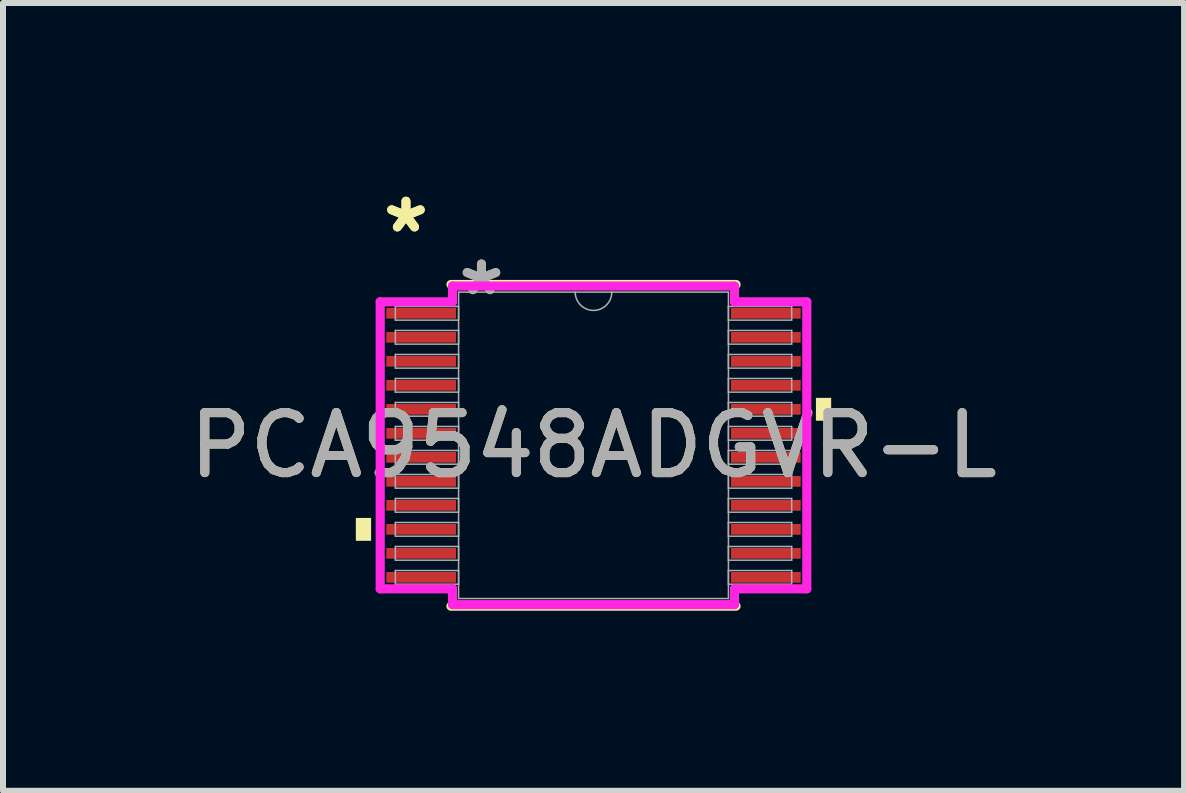
<source format=kicad_pcb>
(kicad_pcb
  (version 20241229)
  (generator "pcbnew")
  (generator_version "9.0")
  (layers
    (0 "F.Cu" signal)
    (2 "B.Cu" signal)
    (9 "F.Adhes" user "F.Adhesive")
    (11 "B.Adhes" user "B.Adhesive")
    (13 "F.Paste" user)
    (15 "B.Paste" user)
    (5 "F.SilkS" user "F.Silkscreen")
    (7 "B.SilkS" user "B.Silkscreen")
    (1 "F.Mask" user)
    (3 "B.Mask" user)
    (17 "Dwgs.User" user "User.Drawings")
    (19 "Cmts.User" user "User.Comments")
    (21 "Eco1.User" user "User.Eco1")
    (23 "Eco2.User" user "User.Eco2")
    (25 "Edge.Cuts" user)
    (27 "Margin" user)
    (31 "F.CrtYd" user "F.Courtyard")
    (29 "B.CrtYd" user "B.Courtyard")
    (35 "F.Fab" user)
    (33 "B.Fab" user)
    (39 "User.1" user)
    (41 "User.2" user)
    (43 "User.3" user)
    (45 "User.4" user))
  (footprint "PCA9548ADGVR-L"
    (layer "F.Cu")
    (at 6.839 4.37)
    (property "Reference" "PCA9548ADGVR-L" (at 0 0 0) (unlocked yes) (layer "F.SilkS") (effects (font (size 1 1) (thickness 0.15))))
    (attr smd)
    (fp_line (start -2.375 2.68) (end 2.375 2.68) (stroke (width 0.152) (type solid)) (layer "F.SilkS"))
    (fp_line (start 2.375 -2.68) (end -2.375 -2.68) (stroke (width 0.152) (type solid)) (layer "F.SilkS"))
    (fp_poly (pts (xy -3.96 1.21) (xy -3.96 1.591) (xy -3.706 1.591) (xy -3.706 1.21)) (stroke (width 0) (type solid)) (fill yes) (layer "F.SilkS"))
    (fp_poly (pts (xy 3.96 -0.791) (xy 3.96 -0.41) (xy 3.706 -0.41) (xy 3.706 -0.791)) (stroke (width 0) (type solid)) (fill yes) (layer "F.SilkS"))
    (fp_line (start -3.554 -2.391) (end -2.349 -2.391) (stroke (width 0.152) (type solid)) (layer "F.CrtYd"))
    (fp_line (start -3.554 2.391) (end -3.554 -2.391) (stroke (width 0.152) (type solid)) (layer "F.CrtYd"))
    (fp_line (start -3.554 2.391) (end -2.349 2.391) (stroke (width 0.152) (type solid)) (layer "F.CrtYd"))
    (fp_line (start -2.349 -2.654) (end 2.349 -2.654) (stroke (width 0.152) (type solid)) (layer "F.CrtYd"))
    (fp_line (start -2.349 -2.391) (end -2.349 -2.654) (stroke (width 0.152) (type solid)) (layer "F.CrtYd"))
    (fp_line (start -2.349 2.654) (end -2.349 2.391) (stroke (width 0.152) (type solid)) (layer "F.CrtYd"))
    (fp_line (start 2.349 -2.654) (end 2.349 -2.391) (stroke (width 0.152) (type solid)) (layer "F.CrtYd"))
    (fp_line (start 2.349 2.391) (end 2.349 2.654) (stroke (width 0.152) (type solid)) (layer "F.CrtYd"))
    (fp_line (start 2.349 2.654) (end -2.349 2.654) (stroke (width 0.152) (type solid)) (layer "F.CrtYd"))
    (fp_line (start 3.554 -2.391) (end 2.349 -2.391) (stroke (width 0.152) (type solid)) (layer "F.CrtYd"))
    (fp_line (start 3.554 -2.391) (end 3.554 2.391) (stroke (width 0.152) (type solid)) (layer "F.CrtYd"))
    (fp_line (start 3.554 2.391) (end 2.349 2.391) (stroke (width 0.152) (type solid)) (layer "F.CrtYd"))
    (fp_line (start -3.302 -2.314) (end -3.302 -2.086) (stroke (width 0.025) (type solid)) (layer "F.Fab"))
    (fp_line (start -3.302 -2.086) (end -2.248 -2.086) (stroke (width 0.025) (type solid)) (layer "F.Fab"))
    (fp_line (start -3.302 -1.914) (end -3.302 -1.686) (stroke (width 0.025) (type solid)) (layer "F.Fab"))
    (fp_line (start -3.302 -1.686) (end -2.248 -1.686) (stroke (width 0.025) (type solid)) (layer "F.Fab"))
    (fp_line (start -3.302 -1.514) (end -3.302 -1.286) (stroke (width 0.025) (type solid)) (layer "F.Fab"))
    (fp_line (start -3.302 -1.286) (end -2.248 -1.286) (stroke (width 0.025) (type solid)) (layer "F.Fab"))
    (fp_line (start -3.302 -1.114) (end -3.302 -0.886) (stroke (width 0.025) (type solid)) (layer "F.Fab"))
    (fp_line (start -3.302 -0.886) (end -2.248 -0.886) (stroke (width 0.025) (type solid)) (layer "F.Fab"))
    (fp_line (start -3.302 -0.714) (end -3.302 -0.486) (stroke (width 0.025) (type solid)) (layer "F.Fab"))
    (fp_line (start -3.302 -0.486) (end -2.248 -0.486) (stroke (width 0.025) (type solid)) (layer "F.Fab"))
    (fp_line (start -3.302 -0.314) (end -3.302 -0.086) (stroke (width 0.025) (type solid)) (layer "F.Fab"))
    (fp_line (start -3.302 -0.086) (end -2.248 -0.086) (stroke (width 0.025) (type solid)) (layer "F.Fab"))
    (fp_line (start -3.302 0.086) (end -3.302 0.314) (stroke (width 0.025) (type solid)) (layer "F.Fab"))
    (fp_line (start -3.302 0.314) (end -2.248 0.314) (stroke (width 0.025) (type solid)) (layer "F.Fab"))
    (fp_line (start -3.302 0.486) (end -3.302 0.714) (stroke (width 0.025) (type solid)) (layer "F.Fab"))
    (fp_line (start -3.302 0.714) (end -2.248 0.714) (stroke (width 0.025) (type solid)) (layer "F.Fab"))
    (fp_line (start -3.302 0.886) (end -3.302 1.114) (stroke (width 0.025) (type solid)) (layer "F.Fab"))
    (fp_line (start -3.302 1.114) (end -2.248 1.114) (stroke (width 0.025) (type solid)) (layer "F.Fab"))
    (fp_line (start -3.302 1.286) (end -3.302 1.514) (stroke (width 0.025) (type solid)) (layer "F.Fab"))
    (fp_line (start -3.302 1.514) (end -2.248 1.514) (stroke (width 0.025) (type solid)) (layer "F.Fab"))
    (fp_line (start -3.302 1.686) (end -3.302 1.914) (stroke (width 0.025) (type solid)) (layer "F.Fab"))
    (fp_line (start -3.302 1.914) (end -2.248 1.914) (stroke (width 0.025) (type solid)) (layer "F.Fab"))
    (fp_line (start -3.302 2.086) (end -3.302 2.314) (stroke (width 0.025) (type solid)) (layer "F.Fab"))
    (fp_line (start -3.302 2.314) (end -2.248 2.314) (stroke (width 0.025) (type solid)) (layer "F.Fab"))
    (fp_line (start -2.248 -2.553) (end -2.248 2.553) (stroke (width 0.025) (type solid)) (layer "F.Fab"))
    (fp_line (start -2.248 -2.314) (end -3.302 -2.314) (stroke (width 0.025) (type solid)) (layer "F.Fab"))
    (fp_line (start -2.248 -2.086) (end -2.248 -2.314) (stroke (width 0.025) (type solid)) (layer "F.Fab"))
    (fp_line (start -2.248 -1.914) (end -3.302 -1.914) (stroke (width 0.025) (type solid)) (layer "F.Fab"))
    (fp_line (start -2.248 -1.686) (end -2.248 -1.914) (stroke (width 0.025) (type solid)) (layer "F.Fab"))
    (fp_line (start -2.248 -1.514) (end -3.302 -1.514) (stroke (width 0.025) (type solid)) (layer "F.Fab"))
    (fp_line (start -2.248 -1.286) (end -2.248 -1.514) (stroke (width 0.025) (type solid)) (layer "F.Fab"))
    (fp_line (start -2.248 -1.114) (end -3.302 -1.114) (stroke (width 0.025) (type solid)) (layer "F.Fab"))
    (fp_line (start -2.248 -0.886) (end -2.248 -1.114) (stroke (width 0.025) (type solid)) (layer "F.Fab"))
    (fp_line (start -2.248 -0.714) (end -3.302 -0.714) (stroke (width 0.025) (type solid)) (layer "F.Fab"))
    (fp_line (start -2.248 -0.486) (end -2.248 -0.714) (stroke (width 0.025) (type solid)) (layer "F.Fab"))
    (fp_line (start -2.248 -0.314) (end -3.302 -0.314) (stroke (width 0.025) (type solid)) (layer "F.Fab"))
    (fp_line (start -2.248 -0.086) (end -2.248 -0.314) (stroke (width 0.025) (type solid)) (layer "F.Fab"))
    (fp_line (start -2.248 0.086) (end -3.302 0.086) (stroke (width 0.025) (type solid)) (layer "F.Fab"))
    (fp_line (start -2.248 0.314) (end -2.248 0.086) (stroke (width 0.025) (type solid)) (layer "F.Fab"))
    (fp_line (start -2.248 0.486) (end -3.302 0.486) (stroke (width 0.025) (type solid)) (layer "F.Fab"))
    (fp_line (start -2.248 0.714) (end -2.248 0.486) (stroke (width 0.025) (type solid)) (layer "F.Fab"))
    (fp_line (start -2.248 0.886) (end -3.302 0.886) (stroke (width 0.025) (type solid)) (layer "F.Fab"))
    (fp_line (start -2.248 1.114) (end -2.248 0.886) (stroke (width 0.025) (type solid)) (layer "F.Fab"))
    (fp_line (start -2.248 1.286) (end -3.302 1.286) (stroke (width 0.025) (type solid)) (layer "F.Fab"))
    (fp_line (start -2.248 1.514) (end -2.248 1.286) (stroke (width 0.025) (type solid)) (layer "F.Fab"))
    (fp_line (start -2.248 1.686) (end -3.302 1.686) (stroke (width 0.025) (type solid)) (layer "F.Fab"))
    (fp_line (start -2.248 1.914) (end -2.248 1.686) (stroke (width 0.025) (type solid)) (layer "F.Fab"))
    (fp_line (start -2.248 2.086) (end -3.302 2.086) (stroke (width 0.025) (type solid)) (layer "F.Fab"))
    (fp_line (start -2.248 2.314) (end -2.248 2.086) (stroke (width 0.025) (type solid)) (layer "F.Fab"))
    (fp_line (start -2.248 2.553) (end 2.248 2.553) (stroke (width 0.025) (type solid)) (layer "F.Fab"))
    (fp_line (start 2.248 -2.553) (end -2.248 -2.553) (stroke (width 0.025) (type solid)) (layer "F.Fab"))
    (fp_line (start 2.248 -2.314) (end 2.248 -2.086) (stroke (width 0.025) (type solid)) (layer "F.Fab"))
    (fp_line (start 2.248 -2.086) (end 3.302 -2.086) (stroke (width 0.025) (type solid)) (layer "F.Fab"))
    (fp_line (start 2.248 -1.914) (end 2.248 -1.686) (stroke (width 0.025) (type solid)) (layer "F.Fab"))
    (fp_line (start 2.248 -1.686) (end 3.302 -1.686) (stroke (width 0.025) (type solid)) (layer "F.Fab"))
    (fp_line (start 2.248 -1.514) (end 2.248 -1.286) (stroke (width 0.025) (type solid)) (layer "F.Fab"))
    (fp_line (start 2.248 -1.286) (end 3.302 -1.286) (stroke (width 0.025) (type solid)) (layer "F.Fab"))
    (fp_line (start 2.248 -1.114) (end 2.248 -0.886) (stroke (width 0.025) (type solid)) (layer "F.Fab"))
    (fp_line (start 2.248 -0.886) (end 3.302 -0.886) (stroke (width 0.025) (type solid)) (layer "F.Fab"))
    (fp_line (start 2.248 -0.714) (end 2.248 -0.486) (stroke (width 0.025) (type solid)) (layer "F.Fab"))
    (fp_line (start 2.248 -0.486) (end 3.302 -0.486) (stroke (width 0.025) (type solid)) (layer "F.Fab"))
    (fp_line (start 2.248 -0.314) (end 2.248 -0.086) (stroke (width 0.025) (type solid)) (layer "F.Fab"))
    (fp_line (start 2.248 -0.086) (end 3.302 -0.086) (stroke (width 0.025) (type solid)) (layer "F.Fab"))
    (fp_line (start 2.248 0.086) (end 2.248 0.314) (stroke (width 0.025) (type solid)) (layer "F.Fab"))
    (fp_line (start 2.248 0.314) (end 3.302 0.314) (stroke (width 0.025) (type solid)) (layer "F.Fab"))
    (fp_line (start 2.248 0.486) (end 2.248 0.714) (stroke (width 0.025) (type solid)) (layer "F.Fab"))
    (fp_line (start 2.248 0.714) (end 3.302 0.714) (stroke (width 0.025) (type solid)) (layer "F.Fab"))
    (fp_line (start 2.248 0.886) (end 2.248 1.114) (stroke (width 0.025) (type solid)) (layer "F.Fab"))
    (fp_line (start 2.248 1.114) (end 3.302 1.114) (stroke (width 0.025) (type solid)) (layer "F.Fab"))
    (fp_line (start 2.248 1.286) (end 2.248 1.514) (stroke (width 0.025) (type solid)) (layer "F.Fab"))
    (fp_line (start 2.248 1.514) (end 3.302 1.514) (stroke (width 0.025) (type solid)) (layer "F.Fab"))
    (fp_line (start 2.248 1.686) (end 2.248 1.914) (stroke (width 0.025) (type solid)) (layer "F.Fab"))
    (fp_line (start 2.248 1.914) (end 3.302 1.914) (stroke (width 0.025) (type solid)) (layer "F.Fab"))
    (fp_line (start 2.248 2.086) (end 2.248 2.314) (stroke (width 0.025) (type solid)) (layer "F.Fab"))
    (fp_line (start 2.248 2.314) (end 3.302 2.314) (stroke (width 0.025) (type solid)) (layer "F.Fab"))
    (fp_line (start 2.248 2.553) (end 2.248 -2.553) (stroke (width 0.025) (type solid)) (layer "F.Fab"))
    (fp_line (start 3.302 -2.314) (end 2.248 -2.314) (stroke (width 0.025) (type solid)) (layer "F.Fab"))
    (fp_line (start 3.302 -2.086) (end 3.302 -2.314) (stroke (width 0.025) (type solid)) (layer "F.Fab"))
    (fp_line (start 3.302 -1.914) (end 2.248 -1.914) (stroke (width 0.025) (type solid)) (layer "F.Fab"))
    (fp_line (start 3.302 -1.686) (end 3.302 -1.914) (stroke (width 0.025) (type solid)) (layer "F.Fab"))
    (fp_line (start 3.302 -1.514) (end 2.248 -1.514) (stroke (width 0.025) (type solid)) (layer "F.Fab"))
    (fp_line (start 3.302 -1.286) (end 3.302 -1.514) (stroke (width 0.025) (type solid)) (layer "F.Fab"))
    (fp_line (start 3.302 -1.114) (end 2.248 -1.114) (stroke (width 0.025) (type solid)) (layer "F.Fab"))
    (fp_line (start 3.302 -0.886) (end 3.302 -1.114) (stroke (width 0.025) (type solid)) (layer "F.Fab"))
    (fp_line (start 3.302 -0.714) (end 2.248 -0.714) (stroke (width 0.025) (type solid)) (layer "F.Fab"))
    (fp_line (start 3.302 -0.486) (end 3.302 -0.714) (stroke (width 0.025) (type solid)) (layer "F.Fab"))
    (fp_line (start 3.302 -0.314) (end 2.248 -0.314) (stroke (width 0.025) (type solid)) (layer "F.Fab"))
    (fp_line (start 3.302 -0.086) (end 3.302 -0.314) (stroke (width 0.025) (type solid)) (layer "F.Fab"))
    (fp_line (start 3.302 0.086) (end 2.248 0.086) (stroke (width 0.025) (type solid)) (layer "F.Fab"))
    (fp_line (start 3.302 0.314) (end 3.302 0.086) (stroke (width 0.025) (type solid)) (layer "F.Fab"))
    (fp_line (start 3.302 0.486) (end 2.248 0.486) (stroke (width 0.025) (type solid)) (layer "F.Fab"))
    (fp_line (start 3.302 0.714) (end 3.302 0.486) (stroke (width 0.025) (type solid)) (layer "F.Fab"))
    (fp_line (start 3.302 0.886) (end 2.248 0.886) (stroke (width 0.025) (type solid)) (layer "F.Fab"))
    (fp_line (start 3.302 1.114) (end 3.302 0.886) (stroke (width 0.025) (type solid)) (layer "F.Fab"))
    (fp_line (start 3.302 1.286) (end 2.248 1.286) (stroke (width 0.025) (type solid)) (layer "F.Fab"))
    (fp_line (start 3.302 1.514) (end 3.302 1.286) (stroke (width 0.025) (type solid)) (layer "F.Fab"))
    (fp_line (start 3.302 1.686) (end 2.248 1.686) (stroke (width 0.025) (type solid)) (layer "F.Fab"))
    (fp_line (start 3.302 1.914) (end 3.302 1.686) (stroke (width 0.025) (type solid)) (layer "F.Fab"))
    (fp_line (start 3.302 2.086) (end 2.248 2.086) (stroke (width 0.025) (type solid)) (layer "F.Fab"))
    (fp_line (start 3.302 2.314) (end 3.302 2.086) (stroke (width 0.025) (type solid)) (layer "F.Fab"))
    (fp_arc (start 0.3048 -2.5527) (mid 0 -2.2479) (end -0.3048 -2.5527) (stroke (width 0.0254) (type solid)) (layer "F.Fab"))
    (fp_text user "*" (at -3.125 -3.522 0) (unlocked yes) (layer "F.SilkS") (effects (font (size 1 1) (thickness 0.15))))
    (fp_text user "*" (at -3.125 -3.522 0) (layer "F.SilkS") (effects (font (size 1 1) (thickness 0.15))))
    (fp_text user "*" (at -1.867 -2.477 0) (unlocked yes) (layer "F.Fab") (effects (font (size 1 1) (thickness 0.15))))
    (fp_text user "*" (at -1.867 -2.477 0) (layer "F.Fab") (effects (font (size 1 1) (thickness 0.15))))
    (fp_text user "${REFERENCE}" (at 0 0 0) (unlocked yes) (layer "F.Fab") (effects (font (size 1 1) (thickness 0.15))))
    (pad "1" smd rect (at -2.871 -2.2) (size 1.162 0.179) (layers "F.Cu" "F.Mask" "F.Paste"))
    (pad "2" smd rect (at -2.871 -1.8) (size 1.162 0.179) (layers "F.Cu" "F.Mask" "F.Paste"))
    (pad "3" smd rect (at -2.871 -1.4) (size 1.162 0.179) (layers "F.Cu" "F.Mask" "F.Paste"))
    (pad "4" smd rect (at -2.871 -1) (size 1.162 0.179) (layers "F.Cu" "F.Mask" "F.Paste"))
    (pad "5" smd rect (at -2.871 -0.6) (size 1.162 0.179) (layers "F.Cu" "F.Mask" "F.Paste"))
    (pad "6" smd rect (at -2.871 -0.2) (size 1.162 0.179) (layers "F.Cu" "F.Mask" "F.Paste"))
    (pad "7" smd rect (at -2.871 0.2) (size 1.162 0.179) (layers "F.Cu" "F.Mask" "F.Paste"))
    (pad "8" smd rect (at -2.871 0.6) (size 1.162 0.179) (layers "F.Cu" "F.Mask" "F.Paste"))
    (pad "9" smd rect (at -2.871 1) (size 1.162 0.179) (layers "F.Cu" "F.Mask" "F.Paste"))
    (pad "10" smd rect (at -2.871 1.4) (size 1.162 0.179) (layers "F.Cu" "F.Mask" "F.Paste"))
    (pad "11" smd rect (at -2.871 1.8) (size 1.162 0.179) (layers "F.Cu" "F.Mask" "F.Paste"))
    (pad "12" smd rect (at -2.871 2.2) (size 1.162 0.179) (layers "F.Cu" "F.Mask" "F.Paste"))
    (pad "13" smd rect (at 2.871 2.2) (size 1.162 0.179) (layers "F.Cu" "F.Mask" "F.Paste"))
    (pad "14" smd rect (at 2.871 1.8) (size 1.162 0.179) (layers "F.Cu" "F.Mask" "F.Paste"))
    (pad "15" smd rect (at 2.871 1.4) (size 1.162 0.179) (layers "F.Cu" "F.Mask" "F.Paste"))
    (pad "16" smd rect (at 2.871 1) (size 1.162 0.179) (layers "F.Cu" "F.Mask" "F.Paste"))
    (pad "17" smd rect (at 2.871 0.6) (size 1.162 0.179) (layers "F.Cu" "F.Mask" "F.Paste"))
    (pad "18" smd rect (at 2.871 0.2) (size 1.162 0.179) (layers "F.Cu" "F.Mask" "F.Paste"))
    (pad "19" smd rect (at 2.871 -0.2) (size 1.162 0.179) (layers "F.Cu" "F.Mask" "F.Paste"))
    (pad "20" smd rect (at 2.871 -0.6) (size 1.162 0.179) (layers "F.Cu" "F.Mask" "F.Paste"))
    (pad "21" smd rect (at 2.871 -1) (size 1.162 0.179) (layers "F.Cu" "F.Mask" "F.Paste"))
    (pad "22" smd rect (at 2.871 -1.4) (size 1.162 0.179) (layers "F.Cu" "F.Mask" "F.Paste"))
    (pad "23" smd rect (at 2.871 -1.8) (size 1.162 0.179) (layers "F.Cu" "F.Mask" "F.Paste"))
    (pad "24" smd rect (at 2.871 -2.2) (size 1.162 0.179) (layers "F.Cu" "F.Mask" "F.Paste")))
  (gr_rect
    (start -3 -3)
    (end 16.679 10.126)
    (stroke (width 0.1) (type default))
    (fill no)
    (layer "Edge.Cuts")))
</source>
